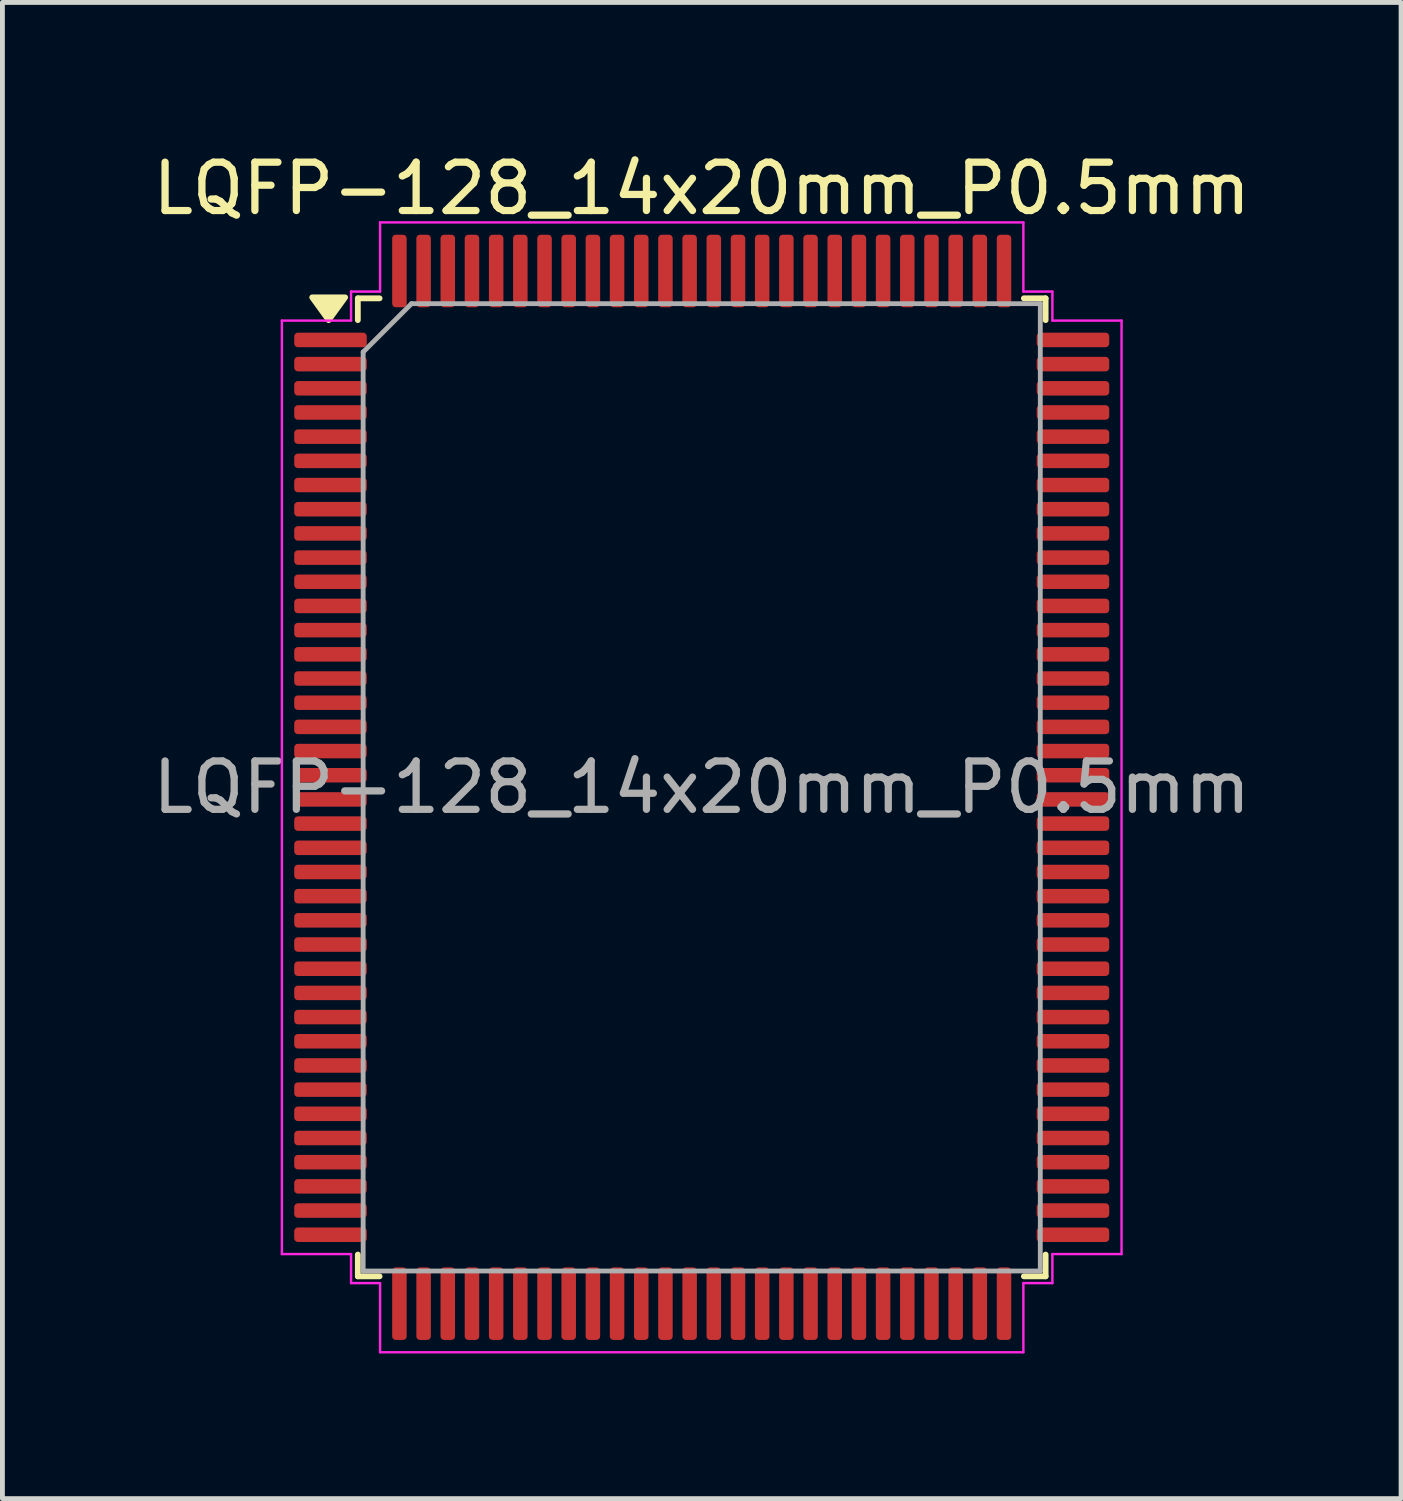
<source format=kicad_pcb>
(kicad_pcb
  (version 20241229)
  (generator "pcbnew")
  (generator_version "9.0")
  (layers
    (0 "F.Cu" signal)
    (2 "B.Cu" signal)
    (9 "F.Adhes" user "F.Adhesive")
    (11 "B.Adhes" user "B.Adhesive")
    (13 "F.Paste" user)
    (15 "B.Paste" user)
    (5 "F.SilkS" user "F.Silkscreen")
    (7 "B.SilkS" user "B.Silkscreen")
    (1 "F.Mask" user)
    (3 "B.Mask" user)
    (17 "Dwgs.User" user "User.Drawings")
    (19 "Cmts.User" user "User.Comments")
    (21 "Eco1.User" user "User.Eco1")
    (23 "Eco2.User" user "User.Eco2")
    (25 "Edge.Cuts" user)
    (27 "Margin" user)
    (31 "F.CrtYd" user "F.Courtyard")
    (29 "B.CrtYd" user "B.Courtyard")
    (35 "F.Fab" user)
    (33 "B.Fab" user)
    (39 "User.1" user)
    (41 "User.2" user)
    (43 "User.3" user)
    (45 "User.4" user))
  (footprint "LQFP-128_14x20mm_P0.5mm"
    (layer "F.Cu")
    (at 11.458 13.228)
    (property "Reference" "LQFP-128_14x20mm_P0.5mm" (at 0 -12.38 0) (layer "F.SilkS") (effects (font (size 1 1) (thickness 0.15))))
    (attr smd)
    (fp_line (start -7.11 -10.11) (end -7.11 -9.66) (stroke (width 0.12) (type solid)) (layer "F.SilkS"))
    (fp_line (start -7.11 10.11) (end -7.11 9.66) (stroke (width 0.12) (type solid)) (layer "F.SilkS"))
    (fp_line (start -6.66 -10.11) (end -7.11 -10.11) (stroke (width 0.12) (type solid)) (layer "F.SilkS"))
    (fp_line (start -6.66 10.11) (end -7.11 10.11) (stroke (width 0.12) (type solid)) (layer "F.SilkS"))
    (fp_line (start 6.66 -10.11) (end 7.11 -10.11) (stroke (width 0.12) (type solid)) (layer "F.SilkS"))
    (fp_line (start 6.66 10.11) (end 7.11 10.11) (stroke (width 0.12) (type solid)) (layer "F.SilkS"))
    (fp_line (start 7.11 -10.11) (end 7.11 -9.66) (stroke (width 0.12) (type solid)) (layer "F.SilkS"))
    (fp_line (start 7.11 10.11) (end 7.11 9.66) (stroke (width 0.12) (type solid)) (layer "F.SilkS"))
    (fp_poly (pts (xy -7.713 -9.66) (xy -8.053 -10.13) (xy -7.372 -10.13)) (stroke (width 0.12) (type solid)) (fill yes) (layer "F.SilkS"))
    (fp_line (start -8.68 -9.65) (end -7.25 -9.65) (stroke (width 0.05) (type solid)) (layer "F.CrtYd"))
    (fp_line (start -8.68 9.65) (end -8.68 -9.65) (stroke (width 0.05) (type solid)) (layer "F.CrtYd"))
    (fp_line (start -7.25 -10.25) (end -6.65 -10.25) (stroke (width 0.05) (type solid)) (layer "F.CrtYd"))
    (fp_line (start -7.25 -9.65) (end -7.25 -10.25) (stroke (width 0.05) (type solid)) (layer "F.CrtYd"))
    (fp_line (start -7.25 9.65) (end -8.68 9.65) (stroke (width 0.05) (type solid)) (layer "F.CrtYd"))
    (fp_line (start -7.25 10.25) (end -7.25 9.65) (stroke (width 0.05) (type solid)) (layer "F.CrtYd"))
    (fp_line (start -6.65 -11.68) (end 6.65 -11.68) (stroke (width 0.05) (type solid)) (layer "F.CrtYd"))
    (fp_line (start -6.65 -10.25) (end -6.65 -11.68) (stroke (width 0.05) (type solid)) (layer "F.CrtYd"))
    (fp_line (start -6.65 10.25) (end -7.25 10.25) (stroke (width 0.05) (type solid)) (layer "F.CrtYd"))
    (fp_line (start -6.65 11.68) (end -6.65 10.25) (stroke (width 0.05) (type solid)) (layer "F.CrtYd"))
    (fp_line (start 6.65 -11.68) (end 6.65 -10.25) (stroke (width 0.05) (type solid)) (layer "F.CrtYd"))
    (fp_line (start 6.65 -10.25) (end 7.25 -10.25) (stroke (width 0.05) (type solid)) (layer "F.CrtYd"))
    (fp_line (start 6.65 10.25) (end 6.65 11.68) (stroke (width 0.05) (type solid)) (layer "F.CrtYd"))
    (fp_line (start 6.65 11.68) (end -6.65 11.68) (stroke (width 0.05) (type solid)) (layer "F.CrtYd"))
    (fp_line (start 7.25 -10.25) (end 7.25 -9.65) (stroke (width 0.05) (type solid)) (layer "F.CrtYd"))
    (fp_line (start 7.25 -9.65) (end 8.68 -9.65) (stroke (width 0.05) (type solid)) (layer "F.CrtYd"))
    (fp_line (start 7.25 9.65) (end 7.25 10.25) (stroke (width 0.05) (type solid)) (layer "F.CrtYd"))
    (fp_line (start 7.25 10.25) (end 6.65 10.25) (stroke (width 0.05) (type solid)) (layer "F.CrtYd"))
    (fp_line (start 8.68 -9.65) (end 8.68 9.65) (stroke (width 0.05) (type solid)) (layer "F.CrtYd"))
    (fp_line (start 8.68 9.65) (end 7.25 9.65) (stroke (width 0.05) (type solid)) (layer "F.CrtYd"))
    (fp_line (start -7 -9) (end -6 -10) (stroke (width 0.1) (type solid)) (layer "F.Fab"))
    (fp_line (start -7 10) (end -7 -9) (stroke (width 0.1) (type solid)) (layer "F.Fab"))
    (fp_line (start -6 -10) (end 7 -10) (stroke (width 0.1) (type solid)) (layer "F.Fab"))
    (fp_line (start 7 -10) (end 7 10) (stroke (width 0.1) (type solid)) (layer "F.Fab"))
    (fp_line (start 7 10) (end -7 10) (stroke (width 0.1) (type solid)) (layer "F.Fab"))
    (fp_text user "${REFERENCE}" (at 0 0 0) (layer "F.Fab") (effects (font (size 1 1) (thickness 0.15))))
    (pad "1" smd roundrect (at -7.675 -9.25) (size 1.5 0.3) (layers "F.Cu" "F.Mask" "F.Paste") (roundrect_rratio 0.25))
    (pad "2" smd roundrect (at -7.675 -8.75) (size 1.5 0.3) (layers "F.Cu" "F.Mask" "F.Paste") (roundrect_rratio 0.25))
    (pad "3" smd roundrect (at -7.675 -8.25) (size 1.5 0.3) (layers "F.Cu" "F.Mask" "F.Paste") (roundrect_rratio 0.25))
    (pad "4" smd roundrect (at -7.675 -7.75) (size 1.5 0.3) (layers "F.Cu" "F.Mask" "F.Paste") (roundrect_rratio 0.25))
    (pad "5" smd roundrect (at -7.675 -7.25) (size 1.5 0.3) (layers "F.Cu" "F.Mask" "F.Paste") (roundrect_rratio 0.25))
    (pad "6" smd roundrect (at -7.675 -6.75) (size 1.5 0.3) (layers "F.Cu" "F.Mask" "F.Paste") (roundrect_rratio 0.25))
    (pad "7" smd roundrect (at -7.675 -6.25) (size 1.5 0.3) (layers "F.Cu" "F.Mask" "F.Paste") (roundrect_rratio 0.25))
    (pad "8" smd roundrect (at -7.675 -5.75) (size 1.5 0.3) (layers "F.Cu" "F.Mask" "F.Paste") (roundrect_rratio 0.25))
    (pad "9" smd roundrect (at -7.675 -5.25) (size 1.5 0.3) (layers "F.Cu" "F.Mask" "F.Paste") (roundrect_rratio 0.25))
    (pad "10" smd roundrect (at -7.675 -4.75) (size 1.5 0.3) (layers "F.Cu" "F.Mask" "F.Paste") (roundrect_rratio 0.25))
    (pad "11" smd roundrect (at -7.675 -4.25) (size 1.5 0.3) (layers "F.Cu" "F.Mask" "F.Paste") (roundrect_rratio 0.25))
    (pad "12" smd roundrect (at -7.675 -3.75) (size 1.5 0.3) (layers "F.Cu" "F.Mask" "F.Paste") (roundrect_rratio 0.25))
    (pad "13" smd roundrect (at -7.675 -3.25) (size 1.5 0.3) (layers "F.Cu" "F.Mask" "F.Paste") (roundrect_rratio 0.25))
    (pad "14" smd roundrect (at -7.675 -2.75) (size 1.5 0.3) (layers "F.Cu" "F.Mask" "F.Paste") (roundrect_rratio 0.25))
    (pad "15" smd roundrect (at -7.675 -2.25) (size 1.5 0.3) (layers "F.Cu" "F.Mask" "F.Paste") (roundrect_rratio 0.25))
    (pad "16" smd roundrect (at -7.675 -1.75) (size 1.5 0.3) (layers "F.Cu" "F.Mask" "F.Paste") (roundrect_rratio 0.25))
    (pad "17" smd roundrect (at -7.675 -1.25) (size 1.5 0.3) (layers "F.Cu" "F.Mask" "F.Paste") (roundrect_rratio 0.25))
    (pad "18" smd roundrect (at -7.675 -0.75) (size 1.5 0.3) (layers "F.Cu" "F.Mask" "F.Paste") (roundrect_rratio 0.25))
    (pad "19" smd roundrect (at -7.675 -0.25) (size 1.5 0.3) (layers "F.Cu" "F.Mask" "F.Paste") (roundrect_rratio 0.25))
    (pad "20" smd roundrect (at -7.675 0.25) (size 1.5 0.3) (layers "F.Cu" "F.Mask" "F.Paste") (roundrect_rratio 0.25))
    (pad "21" smd roundrect (at -7.675 0.75) (size 1.5 0.3) (layers "F.Cu" "F.Mask" "F.Paste") (roundrect_rratio 0.25))
    (pad "22" smd roundrect (at -7.675 1.25) (size 1.5 0.3) (layers "F.Cu" "F.Mask" "F.Paste") (roundrect_rratio 0.25))
    (pad "23" smd roundrect (at -7.675 1.75) (size 1.5 0.3) (layers "F.Cu" "F.Mask" "F.Paste") (roundrect_rratio 0.25))
    (pad "24" smd roundrect (at -7.675 2.25) (size 1.5 0.3) (layers "F.Cu" "F.Mask" "F.Paste") (roundrect_rratio 0.25))
    (pad "25" smd roundrect (at -7.675 2.75) (size 1.5 0.3) (layers "F.Cu" "F.Mask" "F.Paste") (roundrect_rratio 0.25))
    (pad "26" smd roundrect (at -7.675 3.25) (size 1.5 0.3) (layers "F.Cu" "F.Mask" "F.Paste") (roundrect_rratio 0.25))
    (pad "27" smd roundrect (at -7.675 3.75) (size 1.5 0.3) (layers "F.Cu" "F.Mask" "F.Paste") (roundrect_rratio 0.25))
    (pad "28" smd roundrect (at -7.675 4.25) (size 1.5 0.3) (layers "F.Cu" "F.Mask" "F.Paste") (roundrect_rratio 0.25))
    (pad "29" smd roundrect (at -7.675 4.75) (size 1.5 0.3) (layers "F.Cu" "F.Mask" "F.Paste") (roundrect_rratio 0.25))
    (pad "30" smd roundrect (at -7.675 5.25) (size 1.5 0.3) (layers "F.Cu" "F.Mask" "F.Paste") (roundrect_rratio 0.25))
    (pad "31" smd roundrect (at -7.675 5.75) (size 1.5 0.3) (layers "F.Cu" "F.Mask" "F.Paste") (roundrect_rratio 0.25))
    (pad "32" smd roundrect (at -7.675 6.25) (size 1.5 0.3) (layers "F.Cu" "F.Mask" "F.Paste") (roundrect_rratio 0.25))
    (pad "33" smd roundrect (at -7.675 6.75) (size 1.5 0.3) (layers "F.Cu" "F.Mask" "F.Paste") (roundrect_rratio 0.25))
    (pad "34" smd roundrect (at -7.675 7.25) (size 1.5 0.3) (layers "F.Cu" "F.Mask" "F.Paste") (roundrect_rratio 0.25))
    (pad "35" smd roundrect (at -7.675 7.75) (size 1.5 0.3) (layers "F.Cu" "F.Mask" "F.Paste") (roundrect_rratio 0.25))
    (pad "36" smd roundrect (at -7.675 8.25) (size 1.5 0.3) (layers "F.Cu" "F.Mask" "F.Paste") (roundrect_rratio 0.25))
    (pad "37" smd roundrect (at -7.675 8.75) (size 1.5 0.3) (layers "F.Cu" "F.Mask" "F.Paste") (roundrect_rratio 0.25))
    (pad "38" smd roundrect (at -7.675 9.25) (size 1.5 0.3) (layers "F.Cu" "F.Mask" "F.Paste") (roundrect_rratio 0.25))
    (pad "39" smd roundrect (at -6.25 10.675) (size 0.3 1.5) (layers "F.Cu" "F.Mask" "F.Paste") (roundrect_rratio 0.25))
    (pad "40" smd roundrect (at -5.75 10.675) (size 0.3 1.5) (layers "F.Cu" "F.Mask" "F.Paste") (roundrect_rratio 0.25))
    (pad "41" smd roundrect (at -5.25 10.675) (size 0.3 1.5) (layers "F.Cu" "F.Mask" "F.Paste") (roundrect_rratio 0.25))
    (pad "42" smd roundrect (at -4.75 10.675) (size 0.3 1.5) (layers "F.Cu" "F.Mask" "F.Paste") (roundrect_rratio 0.25))
    (pad "43" smd roundrect (at -4.25 10.675) (size 0.3 1.5) (layers "F.Cu" "F.Mask" "F.Paste") (roundrect_rratio 0.25))
    (pad "44" smd roundrect (at -3.75 10.675) (size 0.3 1.5) (layers "F.Cu" "F.Mask" "F.Paste") (roundrect_rratio 0.25))
    (pad "45" smd roundrect (at -3.25 10.675) (size 0.3 1.5) (layers "F.Cu" "F.Mask" "F.Paste") (roundrect_rratio 0.25))
    (pad "46" smd roundrect (at -2.75 10.675) (size 0.3 1.5) (layers "F.Cu" "F.Mask" "F.Paste") (roundrect_rratio 0.25))
    (pad "47" smd roundrect (at -2.25 10.675) (size 0.3 1.5) (layers "F.Cu" "F.Mask" "F.Paste") (roundrect_rratio 0.25))
    (pad "48" smd roundrect (at -1.75 10.675) (size 0.3 1.5) (layers "F.Cu" "F.Mask" "F.Paste") (roundrect_rratio 0.25))
    (pad "49" smd roundrect (at -1.25 10.675) (size 0.3 1.5) (layers "F.Cu" "F.Mask" "F.Paste") (roundrect_rratio 0.25))
    (pad "50" smd roundrect (at -0.75 10.675) (size 0.3 1.5) (layers "F.Cu" "F.Mask" "F.Paste") (roundrect_rratio 0.25))
    (pad "51" smd roundrect (at -0.25 10.675) (size 0.3 1.5) (layers "F.Cu" "F.Mask" "F.Paste") (roundrect_rratio 0.25))
    (pad "52" smd roundrect (at 0.25 10.675) (size 0.3 1.5) (layers "F.Cu" "F.Mask" "F.Paste") (roundrect_rratio 0.25))
    (pad "53" smd roundrect (at 0.75 10.675) (size 0.3 1.5) (layers "F.Cu" "F.Mask" "F.Paste") (roundrect_rratio 0.25))
    (pad "54" smd roundrect (at 1.25 10.675) (size 0.3 1.5) (layers "F.Cu" "F.Mask" "F.Paste") (roundrect_rratio 0.25))
    (pad "55" smd roundrect (at 1.75 10.675) (size 0.3 1.5) (layers "F.Cu" "F.Mask" "F.Paste") (roundrect_rratio 0.25))
    (pad "56" smd roundrect (at 2.25 10.675) (size 0.3 1.5) (layers "F.Cu" "F.Mask" "F.Paste") (roundrect_rratio 0.25))
    (pad "57" smd roundrect (at 2.75 10.675) (size 0.3 1.5) (layers "F.Cu" "F.Mask" "F.Paste") (roundrect_rratio 0.25))
    (pad "58" smd roundrect (at 3.25 10.675) (size 0.3 1.5) (layers "F.Cu" "F.Mask" "F.Paste") (roundrect_rratio 0.25))
    (pad "59" smd roundrect (at 3.75 10.675) (size 0.3 1.5) (layers "F.Cu" "F.Mask" "F.Paste") (roundrect_rratio 0.25))
    (pad "60" smd roundrect (at 4.25 10.675) (size 0.3 1.5) (layers "F.Cu" "F.Mask" "F.Paste") (roundrect_rratio 0.25))
    (pad "61" smd roundrect (at 4.75 10.675) (size 0.3 1.5) (layers "F.Cu" "F.Mask" "F.Paste") (roundrect_rratio 0.25))
    (pad "62" smd roundrect (at 5.25 10.675) (size 0.3 1.5) (layers "F.Cu" "F.Mask" "F.Paste") (roundrect_rratio 0.25))
    (pad "63" smd roundrect (at 5.75 10.675) (size 0.3 1.5) (layers "F.Cu" "F.Mask" "F.Paste") (roundrect_rratio 0.25))
    (pad "64" smd roundrect (at 6.25 10.675) (size 0.3 1.5) (layers "F.Cu" "F.Mask" "F.Paste") (roundrect_rratio 0.25))
    (pad "65" smd roundrect (at 7.675 9.25) (size 1.5 0.3) (layers "F.Cu" "F.Mask" "F.Paste") (roundrect_rratio 0.25))
    (pad "66" smd roundrect (at 7.675 8.75) (size 1.5 0.3) (layers "F.Cu" "F.Mask" "F.Paste") (roundrect_rratio 0.25))
    (pad "67" smd roundrect (at 7.675 8.25) (size 1.5 0.3) (layers "F.Cu" "F.Mask" "F.Paste") (roundrect_rratio 0.25))
    (pad "68" smd roundrect (at 7.675 7.75) (size 1.5 0.3) (layers "F.Cu" "F.Mask" "F.Paste") (roundrect_rratio 0.25))
    (pad "69" smd roundrect (at 7.675 7.25) (size 1.5 0.3) (layers "F.Cu" "F.Mask" "F.Paste") (roundrect_rratio 0.25))
    (pad "70" smd roundrect (at 7.675 6.75) (size 1.5 0.3) (layers "F.Cu" "F.Mask" "F.Paste") (roundrect_rratio 0.25))
    (pad "71" smd roundrect (at 7.675 6.25) (size 1.5 0.3) (layers "F.Cu" "F.Mask" "F.Paste") (roundrect_rratio 0.25))
    (pad "72" smd roundrect (at 7.675 5.75) (size 1.5 0.3) (layers "F.Cu" "F.Mask" "F.Paste") (roundrect_rratio 0.25))
    (pad "73" smd roundrect (at 7.675 5.25) (size 1.5 0.3) (layers "F.Cu" "F.Mask" "F.Paste") (roundrect_rratio 0.25))
    (pad "74" smd roundrect (at 7.675 4.75) (size 1.5 0.3) (layers "F.Cu" "F.Mask" "F.Paste") (roundrect_rratio 0.25))
    (pad "75" smd roundrect (at 7.675 4.25) (size 1.5 0.3) (layers "F.Cu" "F.Mask" "F.Paste") (roundrect_rratio 0.25))
    (pad "76" smd roundrect (at 7.675 3.75) (size 1.5 0.3) (layers "F.Cu" "F.Mask" "F.Paste") (roundrect_rratio 0.25))
    (pad "77" smd roundrect (at 7.675 3.25) (size 1.5 0.3) (layers "F.Cu" "F.Mask" "F.Paste") (roundrect_rratio 0.25))
    (pad "78" smd roundrect (at 7.675 2.75) (size 1.5 0.3) (layers "F.Cu" "F.Mask" "F.Paste") (roundrect_rratio 0.25))
    (pad "79" smd roundrect (at 7.675 2.25) (size 1.5 0.3) (layers "F.Cu" "F.Mask" "F.Paste") (roundrect_rratio 0.25))
    (pad "80" smd roundrect (at 7.675 1.75) (size 1.5 0.3) (layers "F.Cu" "F.Mask" "F.Paste") (roundrect_rratio 0.25))
    (pad "81" smd roundrect (at 7.675 1.25) (size 1.5 0.3) (layers "F.Cu" "F.Mask" "F.Paste") (roundrect_rratio 0.25))
    (pad "82" smd roundrect (at 7.675 0.75) (size 1.5 0.3) (layers "F.Cu" "F.Mask" "F.Paste") (roundrect_rratio 0.25))
    (pad "83" smd roundrect (at 7.675 0.25) (size 1.5 0.3) (layers "F.Cu" "F.Mask" "F.Paste") (roundrect_rratio 0.25))
    (pad "84" smd roundrect (at 7.675 -0.25) (size 1.5 0.3) (layers "F.Cu" "F.Mask" "F.Paste") (roundrect_rratio 0.25))
    (pad "85" smd roundrect (at 7.675 -0.75) (size 1.5 0.3) (layers "F.Cu" "F.Mask" "F.Paste") (roundrect_rratio 0.25))
    (pad "86" smd roundrect (at 7.675 -1.25) (size 1.5 0.3) (layers "F.Cu" "F.Mask" "F.Paste") (roundrect_rratio 0.25))
    (pad "87" smd roundrect (at 7.675 -1.75) (size 1.5 0.3) (layers "F.Cu" "F.Mask" "F.Paste") (roundrect_rratio 0.25))
    (pad "88" smd roundrect (at 7.675 -2.25) (size 1.5 0.3) (layers "F.Cu" "F.Mask" "F.Paste") (roundrect_rratio 0.25))
    (pad "89" smd roundrect (at 7.675 -2.75) (size 1.5 0.3) (layers "F.Cu" "F.Mask" "F.Paste") (roundrect_rratio 0.25))
    (pad "90" smd roundrect (at 7.675 -3.25) (size 1.5 0.3) (layers "F.Cu" "F.Mask" "F.Paste") (roundrect_rratio 0.25))
    (pad "91" smd roundrect (at 7.675 -3.75) (size 1.5 0.3) (layers "F.Cu" "F.Mask" "F.Paste") (roundrect_rratio 0.25))
    (pad "92" smd roundrect (at 7.675 -4.25) (size 1.5 0.3) (layers "F.Cu" "F.Mask" "F.Paste") (roundrect_rratio 0.25))
    (pad "93" smd roundrect (at 7.675 -4.75) (size 1.5 0.3) (layers "F.Cu" "F.Mask" "F.Paste") (roundrect_rratio 0.25))
    (pad "94" smd roundrect (at 7.675 -5.25) (size 1.5 0.3) (layers "F.Cu" "F.Mask" "F.Paste") (roundrect_rratio 0.25))
    (pad "95" smd roundrect (at 7.675 -5.75) (size 1.5 0.3) (layers "F.Cu" "F.Mask" "F.Paste") (roundrect_rratio 0.25))
    (pad "96" smd roundrect (at 7.675 -6.25) (size 1.5 0.3) (layers "F.Cu" "F.Mask" "F.Paste") (roundrect_rratio 0.25))
    (pad "97" smd roundrect (at 7.675 -6.75) (size 1.5 0.3) (layers "F.Cu" "F.Mask" "F.Paste") (roundrect_rratio 0.25))
    (pad "98" smd roundrect (at 7.675 -7.25) (size 1.5 0.3) (layers "F.Cu" "F.Mask" "F.Paste") (roundrect_rratio 0.25))
    (pad "99" smd roundrect (at 7.675 -7.75) (size 1.5 0.3) (layers "F.Cu" "F.Mask" "F.Paste") (roundrect_rratio 0.25))
    (pad "100" smd roundrect (at 7.675 -8.25) (size 1.5 0.3) (layers "F.Cu" "F.Mask" "F.Paste") (roundrect_rratio 0.25))
    (pad "101" smd roundrect (at 7.675 -8.75) (size 1.5 0.3) (layers "F.Cu" "F.Mask" "F.Paste") (roundrect_rratio 0.25))
    (pad "102" smd roundrect (at 7.675 -9.25) (size 1.5 0.3) (layers "F.Cu" "F.Mask" "F.Paste") (roundrect_rratio 0.25))
    (pad "103" smd roundrect (at 6.25 -10.675) (size 0.3 1.5) (layers "F.Cu" "F.Mask" "F.Paste") (roundrect_rratio 0.25))
    (pad "104" smd roundrect (at 5.75 -10.675) (size 0.3 1.5) (layers "F.Cu" "F.Mask" "F.Paste") (roundrect_rratio 0.25))
    (pad "105" smd roundrect (at 5.25 -10.675) (size 0.3 1.5) (layers "F.Cu" "F.Mask" "F.Paste") (roundrect_rratio 0.25))
    (pad "106" smd roundrect (at 4.75 -10.675) (size 0.3 1.5) (layers "F.Cu" "F.Mask" "F.Paste") (roundrect_rratio 0.25))
    (pad "107" smd roundrect (at 4.25 -10.675) (size 0.3 1.5) (layers "F.Cu" "F.Mask" "F.Paste") (roundrect_rratio 0.25))
    (pad "108" smd roundrect (at 3.75 -10.675) (size 0.3 1.5) (layers "F.Cu" "F.Mask" "F.Paste") (roundrect_rratio 0.25))
    (pad "109" smd roundrect (at 3.25 -10.675) (size 0.3 1.5) (layers "F.Cu" "F.Mask" "F.Paste") (roundrect_rratio 0.25))
    (pad "110" smd roundrect (at 2.75 -10.675) (size 0.3 1.5) (layers "F.Cu" "F.Mask" "F.Paste") (roundrect_rratio 0.25))
    (pad "111" smd roundrect (at 2.25 -10.675) (size 0.3 1.5) (layers "F.Cu" "F.Mask" "F.Paste") (roundrect_rratio 0.25))
    (pad "112" smd roundrect (at 1.75 -10.675) (size 0.3 1.5) (layers "F.Cu" "F.Mask" "F.Paste") (roundrect_rratio 0.25))
    (pad "113" smd roundrect (at 1.25 -10.675) (size 0.3 1.5) (layers "F.Cu" "F.Mask" "F.Paste") (roundrect_rratio 0.25))
    (pad "114" smd roundrect (at 0.75 -10.675) (size 0.3 1.5) (layers "F.Cu" "F.Mask" "F.Paste") (roundrect_rratio 0.25))
    (pad "115" smd roundrect (at 0.25 -10.675) (size 0.3 1.5) (layers "F.Cu" "F.Mask" "F.Paste") (roundrect_rratio 0.25))
    (pad "116" smd roundrect (at -0.25 -10.675) (size 0.3 1.5) (layers "F.Cu" "F.Mask" "F.Paste") (roundrect_rratio 0.25))
    (pad "117" smd roundrect (at -0.75 -10.675) (size 0.3 1.5) (layers "F.Cu" "F.Mask" "F.Paste") (roundrect_rratio 0.25))
    (pad "118" smd roundrect (at -1.25 -10.675) (size 0.3 1.5) (layers "F.Cu" "F.Mask" "F.Paste") (roundrect_rratio 0.25))
    (pad "119" smd roundrect (at -1.75 -10.675) (size 0.3 1.5) (layers "F.Cu" "F.Mask" "F.Paste") (roundrect_rratio 0.25))
    (pad "120" smd roundrect (at -2.25 -10.675) (size 0.3 1.5) (layers "F.Cu" "F.Mask" "F.Paste") (roundrect_rratio 0.25))
    (pad "121" smd roundrect (at -2.75 -10.675) (size 0.3 1.5) (layers "F.Cu" "F.Mask" "F.Paste") (roundrect_rratio 0.25))
    (pad "122" smd roundrect (at -3.25 -10.675) (size 0.3 1.5) (layers "F.Cu" "F.Mask" "F.Paste") (roundrect_rratio 0.25))
    (pad "123" smd roundrect (at -3.75 -10.675) (size 0.3 1.5) (layers "F.Cu" "F.Mask" "F.Paste") (roundrect_rratio 0.25))
    (pad "124" smd roundrect (at -4.25 -10.675) (size 0.3 1.5) (layers "F.Cu" "F.Mask" "F.Paste") (roundrect_rratio 0.25))
    (pad "125" smd roundrect (at -4.75 -10.675) (size 0.3 1.5) (layers "F.Cu" "F.Mask" "F.Paste") (roundrect_rratio 0.25))
    (pad "126" smd roundrect (at -5.25 -10.675) (size 0.3 1.5) (layers "F.Cu" "F.Mask" "F.Paste") (roundrect_rratio 0.25))
    (pad "127" smd roundrect (at -5.75 -10.675) (size 0.3 1.5) (layers "F.Cu" "F.Mask" "F.Paste") (roundrect_rratio 0.25))
    (pad "128" smd roundrect (at -6.25 -10.675) (size 0.3 1.5) (layers "F.Cu" "F.Mask" "F.Paste") (roundrect_rratio 0.25)))
  (gr_rect
    (start -3 -3)
    (end 25.917 27.933)
    (stroke (width 0.1) (type default))
    (fill no)
    (layer "Edge.Cuts")))
</source>
